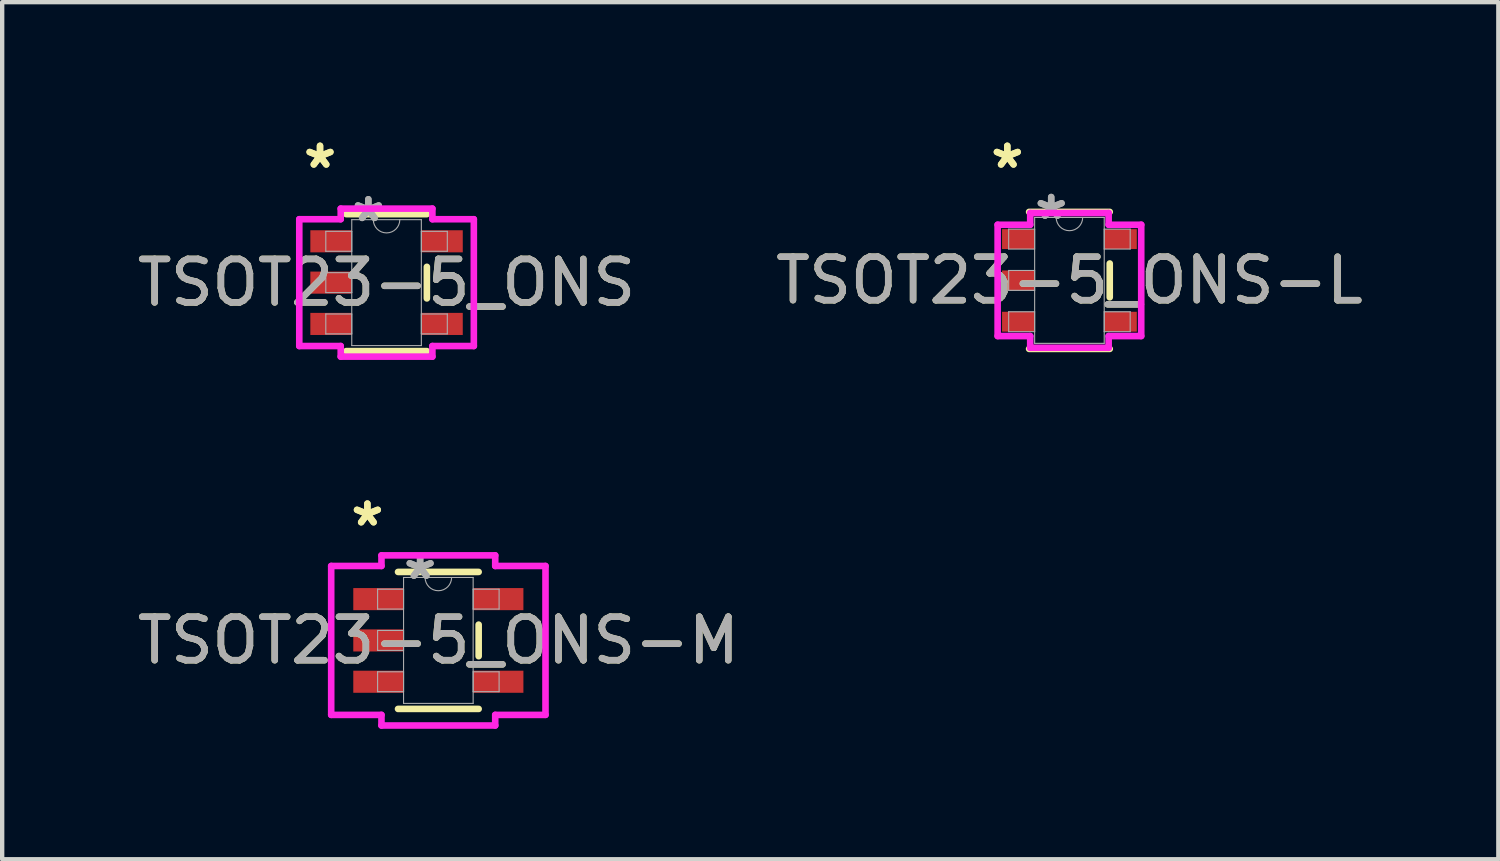
<source format=kicad_pcb>
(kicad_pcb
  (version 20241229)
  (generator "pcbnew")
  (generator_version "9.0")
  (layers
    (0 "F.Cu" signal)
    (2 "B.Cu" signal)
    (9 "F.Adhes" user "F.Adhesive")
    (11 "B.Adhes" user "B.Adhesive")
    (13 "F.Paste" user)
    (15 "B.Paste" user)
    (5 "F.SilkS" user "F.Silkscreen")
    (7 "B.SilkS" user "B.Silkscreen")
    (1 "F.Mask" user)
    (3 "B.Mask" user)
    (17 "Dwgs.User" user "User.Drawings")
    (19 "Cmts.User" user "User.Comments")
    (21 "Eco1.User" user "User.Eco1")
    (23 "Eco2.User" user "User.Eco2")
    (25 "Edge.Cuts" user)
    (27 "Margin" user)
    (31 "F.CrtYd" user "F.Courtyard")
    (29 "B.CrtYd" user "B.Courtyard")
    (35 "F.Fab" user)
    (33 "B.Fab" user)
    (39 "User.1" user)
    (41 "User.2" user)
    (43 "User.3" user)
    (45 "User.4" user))
  (footprint "TSOT23-5_ONS-M"
    (layer "F.Cu")
    (at 7.03 11.677)
    (property "Reference" "TSOT23-5_ONS-M" (at 0 0 0) (unlocked yes) (layer "F.SilkS") (effects (font (size 1 1) (thickness 0.15))))
    (attr smd)
    (fp_line (start -0.927 1.575) (end 0.927 1.575) (stroke (width 0.152) (type solid)) (layer "F.SilkS"))
    (fp_line (start 0.927 -1.575) (end -0.927 -1.575) (stroke (width 0.152) (type solid)) (layer "F.SilkS"))
    (fp_line (start 0.927 0.363) (end 0.927 -0.363) (stroke (width 0.152) (type solid)) (layer "F.SilkS"))
    (fp_line (start -2.464 -1.712) (end -1.308 -1.712) (stroke (width 0.152) (type solid)) (layer "F.CrtYd"))
    (fp_line (start -2.464 1.712) (end -2.464 -1.712) (stroke (width 0.152) (type solid)) (layer "F.CrtYd"))
    (fp_line (start -2.464 1.712) (end -1.308 1.712) (stroke (width 0.152) (type solid)) (layer "F.CrtYd"))
    (fp_line (start -1.308 -1.956) (end 1.308 -1.956) (stroke (width 0.152) (type solid)) (layer "F.CrtYd"))
    (fp_line (start -1.308 -1.712) (end -1.308 -1.956) (stroke (width 0.152) (type solid)) (layer "F.CrtYd"))
    (fp_line (start -1.308 1.956) (end -1.308 1.712) (stroke (width 0.152) (type solid)) (layer "F.CrtYd"))
    (fp_line (start 1.308 -1.956) (end 1.308 -1.712) (stroke (width 0.152) (type solid)) (layer "F.CrtYd"))
    (fp_line (start 1.308 1.712) (end 1.308 1.956) (stroke (width 0.152) (type solid)) (layer "F.CrtYd"))
    (fp_line (start 1.308 1.956) (end -1.308 1.956) (stroke (width 0.152) (type solid)) (layer "F.CrtYd"))
    (fp_line (start 2.464 -1.712) (end 1.308 -1.712) (stroke (width 0.152) (type solid)) (layer "F.CrtYd"))
    (fp_line (start 2.464 -1.712) (end 2.464 1.712) (stroke (width 0.152) (type solid)) (layer "F.CrtYd"))
    (fp_line (start 2.464 1.712) (end 1.308 1.712) (stroke (width 0.152) (type solid)) (layer "F.CrtYd"))
    (fp_line (start -1.397 -1.179) (end -1.397 -0.721) (stroke (width 0.025) (type solid)) (layer "F.Fab"))
    (fp_line (start -1.397 -0.721) (end -0.8 -0.721) (stroke (width 0.025) (type solid)) (layer "F.Fab"))
    (fp_line (start -1.397 -0.229) (end -1.397 0.229) (stroke (width 0.025) (type solid)) (layer "F.Fab"))
    (fp_line (start -1.397 0.229) (end -0.8 0.229) (stroke (width 0.025) (type solid)) (layer "F.Fab"))
    (fp_line (start -1.397 0.721) (end -1.397 1.179) (stroke (width 0.025) (type solid)) (layer "F.Fab"))
    (fp_line (start -1.397 1.179) (end -0.8 1.179) (stroke (width 0.025) (type solid)) (layer "F.Fab"))
    (fp_line (start -0.8 -1.448) (end -0.8 1.448) (stroke (width 0.025) (type solid)) (layer "F.Fab"))
    (fp_line (start -0.8 -1.179) (end -1.397 -1.179) (stroke (width 0.025) (type solid)) (layer "F.Fab"))
    (fp_line (start -0.8 -0.721) (end -0.8 -1.179) (stroke (width 0.025) (type solid)) (layer "F.Fab"))
    (fp_line (start -0.8 -0.229) (end -1.397 -0.229) (stroke (width 0.025) (type solid)) (layer "F.Fab"))
    (fp_line (start -0.8 0.229) (end -0.8 -0.229) (stroke (width 0.025) (type solid)) (layer "F.Fab"))
    (fp_line (start -0.8 0.721) (end -1.397 0.721) (stroke (width 0.025) (type solid)) (layer "F.Fab"))
    (fp_line (start -0.8 1.179) (end -0.8 0.721) (stroke (width 0.025) (type solid)) (layer "F.Fab"))
    (fp_line (start -0.8 1.448) (end 0.8 1.448) (stroke (width 0.025) (type solid)) (layer "F.Fab"))
    (fp_line (start 0.8 -1.448) (end -0.8 -1.448) (stroke (width 0.025) (type solid)) (layer "F.Fab"))
    (fp_line (start 0.8 -1.179) (end 0.8 -0.721) (stroke (width 0.025) (type solid)) (layer "F.Fab"))
    (fp_line (start 0.8 -0.721) (end 1.397 -0.721) (stroke (width 0.025) (type solid)) (layer "F.Fab"))
    (fp_line (start 0.8 0.721) (end 0.8 1.179) (stroke (width 0.025) (type solid)) (layer "F.Fab"))
    (fp_line (start 0.8 1.179) (end 1.397 1.179) (stroke (width 0.025) (type solid)) (layer "F.Fab"))
    (fp_line (start 0.8 1.448) (end 0.8 -1.448) (stroke (width 0.025) (type solid)) (layer "F.Fab"))
    (fp_line (start 1.397 -1.179) (end 0.8 -1.179) (stroke (width 0.025) (type solid)) (layer "F.Fab"))
    (fp_line (start 1.397 -0.721) (end 1.397 -1.179) (stroke (width 0.025) (type solid)) (layer "F.Fab"))
    (fp_line (start 1.397 0.721) (end 0.8 0.721) (stroke (width 0.025) (type solid)) (layer "F.Fab"))
    (fp_line (start 1.397 1.179) (end 1.397 0.721) (stroke (width 0.025) (type solid)) (layer "F.Fab"))
    (fp_arc (start 0.3048 -1.4478) (mid 0 -1.143) (end -0.3048 -1.4478) (stroke (width 0.0254) (type solid)) (layer "F.Fab"))
    (fp_text user "*" (at -1.632 -2.601 0) (unlocked yes) (layer "F.SilkS") (effects (font (size 1 1) (thickness 0.15))))
    (fp_text user "*" (at -1.632 -2.601 0) (layer "F.SilkS") (effects (font (size 1 1) (thickness 0.15))))
    (fp_text user "${REFERENCE}" (at 0 0 0) (unlocked yes) (layer "F.Fab") (effects (font (size 1 1) (thickness 0.15))))
    (fp_text user "*" (at -0.419 -1.372 0) (unlocked yes) (layer "F.Fab") (effects (font (size 1 1) (thickness 0.15))))
    (fp_text user "*" (at -0.419 -1.372 0) (layer "F.Fab") (effects (font (size 1 1) (thickness 0.15))))
    (pad "1" smd rect (at -1.378 -0.95) (size 1.156 0.508) (layers "F.Cu" "F.Mask" "F.Paste"))
    (pad "2" smd rect (at -1.378 0) (size 1.156 0.508) (layers "F.Cu" "F.Mask" "F.Paste"))
    (pad "3" smd rect (at -1.378 0.95) (size 1.156 0.508) (layers "F.Cu" "F.Mask" "F.Paste"))
    (pad "4" smd rect (at 1.378 0.95) (size 1.156 0.508) (layers "F.Cu" "F.Mask" "F.Paste"))
    (pad "5" smd rect (at 1.378 -0.95) (size 1.156 0.508) (layers "F.Cu" "F.Mask" "F.Paste")))
  (footprint "TSOT23-5_ONS-L"
    (layer "F.Cu")
    (at 21.542 3.398)
    (property "Reference" "TSOT23-5_ONS-L" (at 0 0 0) (unlocked yes) (layer "F.SilkS") (effects (font (size 1 1) (thickness 0.15))))
    (attr smd)
    (fp_line (start -0.927 1.575) (end 0.927 1.575) (stroke (width 0.152) (type solid)) (layer "F.SilkS"))
    (fp_line (start 0.927 -1.575) (end -0.927 -1.575) (stroke (width 0.152) (type solid)) (layer "F.SilkS"))
    (fp_line (start 0.927 0.389) (end 0.927 -0.389) (stroke (width 0.152) (type solid)) (layer "F.SilkS"))
    (fp_line (start -1.651 -1.28) (end -0.902 -1.28) (stroke (width 0.152) (type solid)) (layer "F.CrtYd"))
    (fp_line (start -1.651 1.28) (end -1.651 -1.28) (stroke (width 0.152) (type solid)) (layer "F.CrtYd"))
    (fp_line (start -1.651 1.28) (end -0.902 1.28) (stroke (width 0.152) (type solid)) (layer "F.CrtYd"))
    (fp_line (start -0.902 -1.549) (end 0.902 -1.549) (stroke (width 0.152) (type solid)) (layer "F.CrtYd"))
    (fp_line (start -0.902 -1.28) (end -0.902 -1.549) (stroke (width 0.152) (type solid)) (layer "F.CrtYd"))
    (fp_line (start -0.902 1.549) (end -0.902 1.28) (stroke (width 0.152) (type solid)) (layer "F.CrtYd"))
    (fp_line (start 0.902 -1.549) (end 0.902 -1.28) (stroke (width 0.152) (type solid)) (layer "F.CrtYd"))
    (fp_line (start 0.902 1.28) (end 0.902 1.549) (stroke (width 0.152) (type solid)) (layer "F.CrtYd"))
    (fp_line (start 0.902 1.549) (end -0.902 1.549) (stroke (width 0.152) (type solid)) (layer "F.CrtYd"))
    (fp_line (start 1.651 -1.28) (end 0.902 -1.28) (stroke (width 0.152) (type solid)) (layer "F.CrtYd"))
    (fp_line (start 1.651 -1.28) (end 1.651 1.28) (stroke (width 0.152) (type solid)) (layer "F.CrtYd"))
    (fp_line (start 1.651 1.28) (end 0.902 1.28) (stroke (width 0.152) (type solid)) (layer "F.CrtYd"))
    (fp_line (start -1.397 -1.179) (end -1.397 -0.721) (stroke (width 0.025) (type solid)) (layer "F.Fab"))
    (fp_line (start -1.397 -0.721) (end -0.8 -0.721) (stroke (width 0.025) (type solid)) (layer "F.Fab"))
    (fp_line (start -1.397 -0.229) (end -1.397 0.229) (stroke (width 0.025) (type solid)) (layer "F.Fab"))
    (fp_line (start -1.397 0.229) (end -0.8 0.229) (stroke (width 0.025) (type solid)) (layer "F.Fab"))
    (fp_line (start -1.397 0.721) (end -1.397 1.179) (stroke (width 0.025) (type solid)) (layer "F.Fab"))
    (fp_line (start -1.397 1.179) (end -0.8 1.179) (stroke (width 0.025) (type solid)) (layer "F.Fab"))
    (fp_line (start -0.8 -1.448) (end -0.8 1.448) (stroke (width 0.025) (type solid)) (layer "F.Fab"))
    (fp_line (start -0.8 -1.179) (end -1.397 -1.179) (stroke (width 0.025) (type solid)) (layer "F.Fab"))
    (fp_line (start -0.8 -0.721) (end -0.8 -1.179) (stroke (width 0.025) (type solid)) (layer "F.Fab"))
    (fp_line (start -0.8 -0.229) (end -1.397 -0.229) (stroke (width 0.025) (type solid)) (layer "F.Fab"))
    (fp_line (start -0.8 0.229) (end -0.8 -0.229) (stroke (width 0.025) (type solid)) (layer "F.Fab"))
    (fp_line (start -0.8 0.721) (end -1.397 0.721) (stroke (width 0.025) (type solid)) (layer "F.Fab"))
    (fp_line (start -0.8 1.179) (end -0.8 0.721) (stroke (width 0.025) (type solid)) (layer "F.Fab"))
    (fp_line (start -0.8 1.448) (end 0.8 1.448) (stroke (width 0.025) (type solid)) (layer "F.Fab"))
    (fp_line (start 0.8 -1.448) (end -0.8 -1.448) (stroke (width 0.025) (type solid)) (layer "F.Fab"))
    (fp_line (start 0.8 -1.179) (end 0.8 -0.721) (stroke (width 0.025) (type solid)) (layer "F.Fab"))
    (fp_line (start 0.8 -0.721) (end 1.397 -0.721) (stroke (width 0.025) (type solid)) (layer "F.Fab"))
    (fp_line (start 0.8 0.721) (end 0.8 1.179) (stroke (width 0.025) (type solid)) (layer "F.Fab"))
    (fp_line (start 0.8 1.179) (end 1.397 1.179) (stroke (width 0.025) (type solid)) (layer "F.Fab"))
    (fp_line (start 0.8 1.448) (end 0.8 -1.448) (stroke (width 0.025) (type solid)) (layer "F.Fab"))
    (fp_line (start 1.397 -1.179) (end 0.8 -1.179) (stroke (width 0.025) (type solid)) (layer "F.Fab"))
    (fp_line (start 1.397 -0.721) (end 1.397 -1.179) (stroke (width 0.025) (type solid)) (layer "F.Fab"))
    (fp_line (start 1.397 0.721) (end 0.8 0.721) (stroke (width 0.025) (type solid)) (layer "F.Fab"))
    (fp_line (start 1.397 1.179) (end 1.397 0.721) (stroke (width 0.025) (type solid)) (layer "F.Fab"))
    (fp_arc (start 0.3048 -1.4478) (mid 0 -1.143) (end -0.3048 -1.4478) (stroke (width 0.0254) (type solid)) (layer "F.Fab"))
    (fp_text user "*" (at -1.429 -2.55 0) (unlocked yes) (layer "F.SilkS") (effects (font (size 1 1) (thickness 0.15))))
    (fp_text user "*" (at -1.429 -2.55 0) (layer "F.SilkS") (effects (font (size 1 1) (thickness 0.15))))
    (fp_text user "*" (at -0.419 -1.372 0) (layer "F.Fab") (effects (font (size 1 1) (thickness 0.15))))
    (fp_text user "*" (at -0.419 -1.372 0) (unlocked yes) (layer "F.Fab") (effects (font (size 1 1) (thickness 0.15))))
    (fp_text user "${REFERENCE}" (at 0 0 0) (unlocked yes) (layer "F.Fab") (effects (font (size 1 1) (thickness 0.15))))
    (pad "1" smd rect (at -1.175 -0.95) (size 0.749 0.457) (layers "F.Cu" "F.Mask" "F.Paste"))
    (pad "2" smd rect (at -1.175 0) (size 0.749 0.457) (layers "F.Cu" "F.Mask" "F.Paste"))
    (pad "3" smd rect (at -1.175 0.95) (size 0.749 0.457) (layers "F.Cu" "F.Mask" "F.Paste"))
    (pad "4" smd rect (at 1.175 0.95) (size 0.749 0.457) (layers "F.Cu" "F.Mask" "F.Paste"))
    (pad "5" smd rect (at 1.175 -0.95) (size 0.749 0.457) (layers "F.Cu" "F.Mask" "F.Paste")))
  (footprint "TSOT23-5_ONS"
    (layer "F.Cu")
    (at 5.839 3.449)
    (property "Reference" "TSOT23-5_ONS" (at 0 0 0) (unlocked yes) (layer "F.SilkS") (effects (font (size 1 1) (thickness 0.15))))
    (attr smd)
    (fp_line (start -0.927 1.575) (end 0.927 1.575) (stroke (width 0.152) (type solid)) (layer "F.SilkS"))
    (fp_line (start 0.927 -1.575) (end -0.927 -1.575) (stroke (width 0.152) (type solid)) (layer "F.SilkS"))
    (fp_line (start 0.927 0.363) (end 0.927 -0.363) (stroke (width 0.152) (type solid)) (layer "F.SilkS"))
    (fp_line (start -2.007 -1.458) (end -1.054 -1.458) (stroke (width 0.152) (type solid)) (layer "F.CrtYd"))
    (fp_line (start -2.007 1.458) (end -2.007 -1.458) (stroke (width 0.152) (type solid)) (layer "F.CrtYd"))
    (fp_line (start -2.007 1.458) (end -1.054 1.458) (stroke (width 0.152) (type solid)) (layer "F.CrtYd"))
    (fp_line (start -1.054 -1.702) (end 1.054 -1.702) (stroke (width 0.152) (type solid)) (layer "F.CrtYd"))
    (fp_line (start -1.054 -1.458) (end -1.054 -1.702) (stroke (width 0.152) (type solid)) (layer "F.CrtYd"))
    (fp_line (start -1.054 1.702) (end -1.054 1.458) (stroke (width 0.152) (type solid)) (layer "F.CrtYd"))
    (fp_line (start 1.054 -1.702) (end 1.054 -1.458) (stroke (width 0.152) (type solid)) (layer "F.CrtYd"))
    (fp_line (start 1.054 1.458) (end 1.054 1.702) (stroke (width 0.152) (type solid)) (layer "F.CrtYd"))
    (fp_line (start 1.054 1.702) (end -1.054 1.702) (stroke (width 0.152) (type solid)) (layer "F.CrtYd"))
    (fp_line (start 2.007 -1.458) (end 1.054 -1.458) (stroke (width 0.152) (type solid)) (layer "F.CrtYd"))
    (fp_line (start 2.007 -1.458) (end 2.007 1.458) (stroke (width 0.152) (type solid)) (layer "F.CrtYd"))
    (fp_line (start 2.007 1.458) (end 1.054 1.458) (stroke (width 0.152) (type solid)) (layer "F.CrtYd"))
    (fp_line (start -1.397 -1.179) (end -1.397 -0.721) (stroke (width 0.025) (type solid)) (layer "F.Fab"))
    (fp_line (start -1.397 -0.721) (end -0.8 -0.721) (stroke (width 0.025) (type solid)) (layer "F.Fab"))
    (fp_line (start -1.397 -0.229) (end -1.397 0.229) (stroke (width 0.025) (type solid)) (layer "F.Fab"))
    (fp_line (start -1.397 0.229) (end -0.8 0.229) (stroke (width 0.025) (type solid)) (layer "F.Fab"))
    (fp_line (start -1.397 0.721) (end -1.397 1.179) (stroke (width 0.025) (type solid)) (layer "F.Fab"))
    (fp_line (start -1.397 1.179) (end -0.8 1.179) (stroke (width 0.025) (type solid)) (layer "F.Fab"))
    (fp_line (start -0.8 -1.448) (end -0.8 1.448) (stroke (width 0.025) (type solid)) (layer "F.Fab"))
    (fp_line (start -0.8 -1.179) (end -1.397 -1.179) (stroke (width 0.025) (type solid)) (layer "F.Fab"))
    (fp_line (start -0.8 -0.721) (end -0.8 -1.179) (stroke (width 0.025) (type solid)) (layer "F.Fab"))
    (fp_line (start -0.8 -0.229) (end -1.397 -0.229) (stroke (width 0.025) (type solid)) (layer "F.Fab"))
    (fp_line (start -0.8 0.229) (end -0.8 -0.229) (stroke (width 0.025) (type solid)) (layer "F.Fab"))
    (fp_line (start -0.8 0.721) (end -1.397 0.721) (stroke (width 0.025) (type solid)) (layer "F.Fab"))
    (fp_line (start -0.8 1.179) (end -0.8 0.721) (stroke (width 0.025) (type solid)) (layer "F.Fab"))
    (fp_line (start -0.8 1.448) (end 0.8 1.448) (stroke (width 0.025) (type solid)) (layer "F.Fab"))
    (fp_line (start 0.8 -1.448) (end -0.8 -1.448) (stroke (width 0.025) (type solid)) (layer "F.Fab"))
    (fp_line (start 0.8 -1.179) (end 0.8 -0.721) (stroke (width 0.025) (type solid)) (layer "F.Fab"))
    (fp_line (start 0.8 -0.721) (end 1.397 -0.721) (stroke (width 0.025) (type solid)) (layer "F.Fab"))
    (fp_line (start 0.8 0.721) (end 0.8 1.179) (stroke (width 0.025) (type solid)) (layer "F.Fab"))
    (fp_line (start 0.8 1.179) (end 1.397 1.179) (stroke (width 0.025) (type solid)) (layer "F.Fab"))
    (fp_line (start 0.8 1.448) (end 0.8 -1.448) (stroke (width 0.025) (type solid)) (layer "F.Fab"))
    (fp_line (start 1.397 -1.179) (end 0.8 -1.179) (stroke (width 0.025) (type solid)) (layer "F.Fab"))
    (fp_line (start 1.397 -0.721) (end 1.397 -1.179) (stroke (width 0.025) (type solid)) (layer "F.Fab"))
    (fp_line (start 1.397 0.721) (end 0.8 0.721) (stroke (width 0.025) (type solid)) (layer "F.Fab"))
    (fp_line (start 1.397 1.179) (end 1.397 0.721) (stroke (width 0.025) (type solid)) (layer "F.Fab"))
    (fp_arc (start 0.3048 -1.4478) (mid 0 -1.143) (end -0.3048 -1.4478) (stroke (width 0.0254) (type solid)) (layer "F.Fab"))
    (fp_text user "*" (at -1.53 -2.601 0) (layer "F.SilkS") (effects (font (size 1 1) (thickness 0.15))))
    (fp_text user "*" (at -1.53 -2.601 0) (unlocked yes) (layer "F.SilkS") (effects (font (size 1 1) (thickness 0.15))))
    (fp_text user "*" (at -0.419 -1.372 0) (unlocked yes) (layer "F.Fab") (effects (font (size 1 1) (thickness 0.15))))
    (fp_text user "${REFERENCE}" (at 0 0 0) (unlocked yes) (layer "F.Fab") (effects (font (size 1 1) (thickness 0.15))))
    (fp_text user "*" (at -0.419 -1.372 0) (layer "F.Fab") (effects (font (size 1 1) (thickness 0.15))))
    (pad "1" smd rect (at -1.276 -0.95) (size 0.953 0.508) (layers "F.Cu" "F.Mask" "F.Paste"))
    (pad "2" smd rect (at -1.276 0) (size 0.953 0.508) (layers "F.Cu" "F.Mask" "F.Paste"))
    (pad "3" smd rect (at -1.276 0.95) (size 0.953 0.508) (layers "F.Cu" "F.Mask" "F.Paste"))
    (pad "4" smd rect (at 1.276 0.95) (size 0.953 0.508) (layers "F.Cu" "F.Mask" "F.Paste"))
    (pad "5" smd rect (at 1.276 -0.95) (size 0.953 0.508) (layers "F.Cu" "F.Mask" "F.Paste")))
  (gr_rect
    (start -3 -3)
    (end 31.405 16.709)
    (stroke (width 0.1) (type default))
    (fill no)
    (layer "Edge.Cuts")))
</source>
